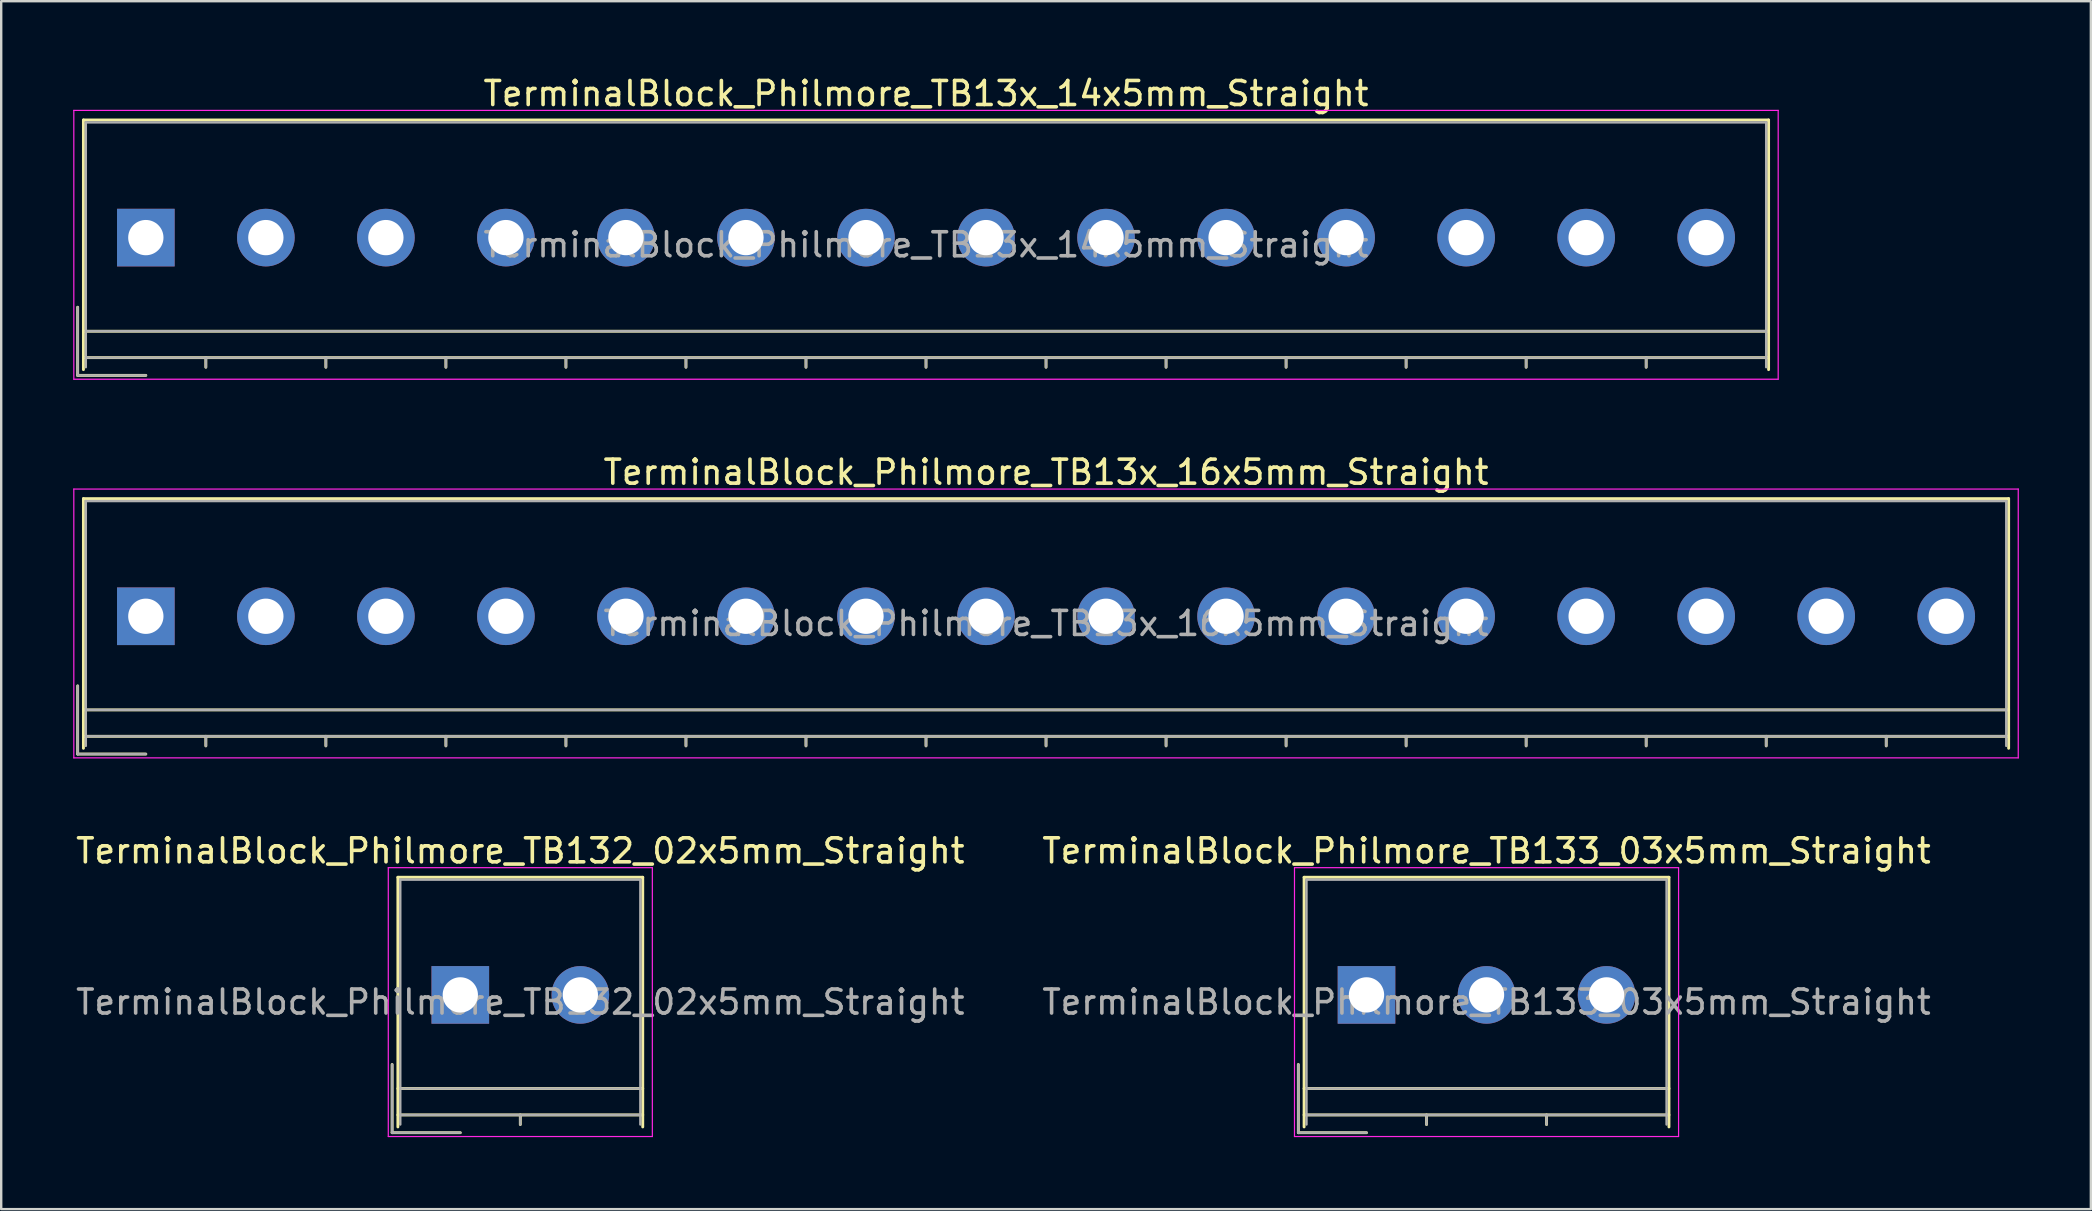
<source format=kicad_pcb>
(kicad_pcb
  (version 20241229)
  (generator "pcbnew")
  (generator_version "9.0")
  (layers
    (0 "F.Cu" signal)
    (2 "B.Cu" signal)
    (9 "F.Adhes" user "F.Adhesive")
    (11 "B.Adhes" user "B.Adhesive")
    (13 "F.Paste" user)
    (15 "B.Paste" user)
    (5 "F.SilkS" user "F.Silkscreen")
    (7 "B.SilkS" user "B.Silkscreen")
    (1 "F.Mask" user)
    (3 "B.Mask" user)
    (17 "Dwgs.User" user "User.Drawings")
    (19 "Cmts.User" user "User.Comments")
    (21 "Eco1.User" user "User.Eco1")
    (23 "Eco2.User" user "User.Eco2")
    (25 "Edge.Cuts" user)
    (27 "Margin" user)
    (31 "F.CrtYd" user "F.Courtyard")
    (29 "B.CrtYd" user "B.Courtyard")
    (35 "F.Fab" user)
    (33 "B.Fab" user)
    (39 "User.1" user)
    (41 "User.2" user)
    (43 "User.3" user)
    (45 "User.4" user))
  (footprint "TerminalBlock_Philmore_TB132_02x5mm_Straight"
    (layer "F.Cu")
    (at 16.125 38.395)
    (property "Reference" "TerminalBlock_Philmore_TB132_02x5mm_Straight" (at 2.5 -6 0) (layer "F.SilkS") (effects (font (size 1 1) (thickness 0.15))))
    (attr through_hole)
    (fp_line (start -2.84 2.9) (end -2.84 5.74) (stroke (width 0.12) (type solid)) (layer "F.SilkS"))
    (fp_line (start -2.84 5.74) (end 0 5.74) (stroke (width 0.12) (type solid)) (layer "F.SilkS"))
    (fp_line (start -2.6 -4.9) (end 7.6 -4.9) (stroke (width 0.12) (type solid)) (layer "F.SilkS"))
    (fp_line (start -2.6 3.9) (end 7.6 3.9) (stroke (width 0.12) (type solid)) (layer "F.SilkS"))
    (fp_line (start -2.6 5) (end 7.6 5) (stroke (width 0.12) (type solid)) (layer "F.SilkS"))
    (fp_line (start -2.6 5.5) (end -2.6 -4.9) (stroke (width 0.12) (type solid)) (layer "F.SilkS"))
    (fp_line (start 2.5 5) (end 2.5 5.4) (stroke (width 0.12) (type solid)) (layer "F.SilkS"))
    (fp_line (start 7.6 -4.9) (end 7.6 5.5) (stroke (width 0.12) (type solid)) (layer "F.SilkS"))
    (fp_line (start -3 -5.3) (end -3 5.9) (stroke (width 0.05) (type solid)) (layer "F.CrtYd"))
    (fp_line (start -3 5.9) (end 8 5.9) (stroke (width 0.05) (type solid)) (layer "F.CrtYd"))
    (fp_line (start 8 -5.3) (end -3 -5.3) (stroke (width 0.05) (type solid)) (layer "F.CrtYd"))
    (fp_line (start 8 5.9) (end 8 -5.3) (stroke (width 0.05) (type solid)) (layer "F.CrtYd"))
    (fp_line (start -2.84 2.9) (end -2.84 5.74) (stroke (width 0.1) (type solid)) (layer "F.Fab"))
    (fp_line (start -2.84 5.74) (end 0 5.74) (stroke (width 0.1) (type solid)) (layer "F.Fab"))
    (fp_line (start -2.5 -4.8) (end 7.5 -4.8) (stroke (width 0.1) (type solid)) (layer "F.Fab"))
    (fp_line (start -2.5 3.9) (end 7.5 3.9) (stroke (width 0.1) (type solid)) (layer "F.Fab"))
    (fp_line (start -2.5 5) (end 7.5 5) (stroke (width 0.1) (type solid)) (layer "F.Fab"))
    (fp_line (start -2.5 5.4) (end -2.5 -4.8) (stroke (width 0.1) (type solid)) (layer "F.Fab"))
    (fp_line (start 2.5 5) (end 2.5 5.4) (stroke (width 0.1) (type solid)) (layer "F.Fab"))
    (fp_line (start 7.5 -4.8) (end 7.5 5.4) (stroke (width 0.1) (type solid)) (layer "F.Fab"))
    (fp_text user "${REFERENCE}" (at 2.5 0.3 0) (layer "F.Fab") (effects (font (size 1 1) (thickness 0.15))))
    (pad "1" thru_hole rect (at 0 0) (size 2.4 2.4) (drill 1.47) (layers "*.Cu" "*.Mask"))
    (pad "2" thru_hole circle (at 5 0) (size 2.4 2.4) (drill 1.47) (layers "*.Cu" "*.Mask")))
  (footprint "TerminalBlock_Philmore_TB133_03x5mm_Straight"
    (layer "F.Cu")
    (at 53.875 38.395)
    (property "Reference" "TerminalBlock_Philmore_TB133_03x5mm_Straight" (at 5 -6 0) (layer "F.SilkS") (effects (font (size 1 1) (thickness 0.15))))
    (attr through_hole)
    (fp_line (start -2.84 2.9) (end -2.84 5.74) (stroke (width 0.12) (type solid)) (layer "F.SilkS"))
    (fp_line (start -2.84 5.74) (end 0 5.74) (stroke (width 0.12) (type solid)) (layer "F.SilkS"))
    (fp_line (start -2.6 -4.9) (end 12.6 -4.9) (stroke (width 0.12) (type solid)) (layer "F.SilkS"))
    (fp_line (start -2.6 3.9) (end 12.6 3.9) (stroke (width 0.12) (type solid)) (layer "F.SilkS"))
    (fp_line (start -2.6 5) (end 12.6 5) (stroke (width 0.12) (type solid)) (layer "F.SilkS"))
    (fp_line (start -2.6 5.5) (end -2.6 -4.9) (stroke (width 0.12) (type solid)) (layer "F.SilkS"))
    (fp_line (start 2.5 5) (end 2.5 5.4) (stroke (width 0.12) (type solid)) (layer "F.SilkS"))
    (fp_line (start 7.5 5) (end 7.5 5.4) (stroke (width 0.12) (type solid)) (layer "F.SilkS"))
    (fp_line (start 12.6 -4.9) (end 12.6 5.5) (stroke (width 0.12) (type solid)) (layer "F.SilkS"))
    (fp_line (start -3 -5.3) (end -3 5.9) (stroke (width 0.05) (type solid)) (layer "F.CrtYd"))
    (fp_line (start -3 5.9) (end 13 5.9) (stroke (width 0.05) (type solid)) (layer "F.CrtYd"))
    (fp_line (start 13 -5.3) (end -3 -5.3) (stroke (width 0.05) (type solid)) (layer "F.CrtYd"))
    (fp_line (start 13 5.9) (end 13 -5.3) (stroke (width 0.05) (type solid)) (layer "F.CrtYd"))
    (fp_line (start -2.84 2.9) (end -2.84 5.74) (stroke (width 0.1) (type solid)) (layer "F.Fab"))
    (fp_line (start -2.84 5.74) (end 0 5.74) (stroke (width 0.1) (type solid)) (layer "F.Fab"))
    (fp_line (start -2.5 -4.8) (end 12.5 -4.8) (stroke (width 0.1) (type solid)) (layer "F.Fab"))
    (fp_line (start -2.5 3.9) (end 12.5 3.9) (stroke (width 0.1) (type solid)) (layer "F.Fab"))
    (fp_line (start -2.5 5) (end 12.5 5) (stroke (width 0.1) (type solid)) (layer "F.Fab"))
    (fp_line (start -2.5 5.4) (end -2.5 -4.8) (stroke (width 0.1) (type solid)) (layer "F.Fab"))
    (fp_line (start 2.5 5) (end 2.5 5.4) (stroke (width 0.1) (type solid)) (layer "F.Fab"))
    (fp_line (start 7.5 5) (end 7.5 5.4) (stroke (width 0.1) (type solid)) (layer "F.Fab"))
    (fp_line (start 12.5 -4.8) (end 12.5 5.4) (stroke (width 0.1) (type solid)) (layer "F.Fab"))
    (fp_text user "${REFERENCE}" (at 5 0.3 0) (layer "F.Fab") (effects (font (size 1 1) (thickness 0.15))))
    (pad "1" thru_hole rect (at 0 0) (size 2.4 2.4) (drill 1.47) (layers "*.Cu" "*.Mask"))
    (pad "2" thru_hole circle (at 5 0) (size 2.4 2.4) (drill 1.47) (layers "*.Cu" "*.Mask"))
    (pad "3" thru_hole circle (at 10 0) (size 2.4 2.4) (drill 1.47) (layers "*.Cu" "*.Mask")))
  (footprint "TerminalBlock_Philmore_TB13x_16x5mm_Straight"
    (layer "F.Cu")
    (at 3.025 22.622)
    (property "Reference" "TerminalBlock_Philmore_TB13x_16x5mm_Straight" (at 37.5 -6 0) (layer "F.SilkS") (effects (font (size 1 1) (thickness 0.15))))
    (attr through_hole)
    (fp_line (start -2.84 2.9) (end -2.84 5.74) (stroke (width 0.12) (type solid)) (layer "F.SilkS"))
    (fp_line (start -2.84 5.74) (end 0 5.74) (stroke (width 0.12) (type solid)) (layer "F.SilkS"))
    (fp_line (start -2.6 -4.9) (end 77.6 -4.9) (stroke (width 0.12) (type solid)) (layer "F.SilkS"))
    (fp_line (start -2.6 3.9) (end 77.6 3.9) (stroke (width 0.12) (type solid)) (layer "F.SilkS"))
    (fp_line (start -2.6 5) (end 77.6 5) (stroke (width 0.12) (type solid)) (layer "F.SilkS"))
    (fp_line (start -2.6 5.5) (end -2.6 -4.9) (stroke (width 0.12) (type solid)) (layer "F.SilkS"))
    (fp_line (start 2.5 5) (end 2.5 5.4) (stroke (width 0.12) (type solid)) (layer "F.SilkS"))
    (fp_line (start 7.5 5) (end 7.5 5.4) (stroke (width 0.12) (type solid)) (layer "F.SilkS"))
    (fp_line (start 12.5 5) (end 12.5 5.4) (stroke (width 0.12) (type solid)) (layer "F.SilkS"))
    (fp_line (start 17.5 5) (end 17.5 5.4) (stroke (width 0.12) (type solid)) (layer "F.SilkS"))
    (fp_line (start 22.5 5) (end 22.5 5.4) (stroke (width 0.12) (type solid)) (layer "F.SilkS"))
    (fp_line (start 27.5 5) (end 27.5 5.4) (stroke (width 0.12) (type solid)) (layer "F.SilkS"))
    (fp_line (start 32.5 5) (end 32.5 5.4) (stroke (width 0.12) (type solid)) (layer "F.SilkS"))
    (fp_line (start 37.5 5) (end 37.5 5.4) (stroke (width 0.12) (type solid)) (layer "F.SilkS"))
    (fp_line (start 42.5 5) (end 42.5 5.4) (stroke (width 0.12) (type solid)) (layer "F.SilkS"))
    (fp_line (start 47.5 5) (end 47.5 5.4) (stroke (width 0.12) (type solid)) (layer "F.SilkS"))
    (fp_line (start 52.5 5) (end 52.5 5.4) (stroke (width 0.12) (type solid)) (layer "F.SilkS"))
    (fp_line (start 57.5 5) (end 57.5 5.4) (stroke (width 0.12) (type solid)) (layer "F.SilkS"))
    (fp_line (start 62.5 5) (end 62.5 5.4) (stroke (width 0.12) (type solid)) (layer "F.SilkS"))
    (fp_line (start 67.5 5) (end 67.5 5.4) (stroke (width 0.12) (type solid)) (layer "F.SilkS"))
    (fp_line (start 72.5 5) (end 72.5 5.4) (stroke (width 0.12) (type solid)) (layer "F.SilkS"))
    (fp_line (start 77.6 -4.9) (end 77.6 5.5) (stroke (width 0.12) (type solid)) (layer "F.SilkS"))
    (fp_line (start -3 -5.3) (end -3 5.9) (stroke (width 0.05) (type solid)) (layer "F.CrtYd"))
    (fp_line (start -3 5.9) (end 78 5.9) (stroke (width 0.05) (type solid)) (layer "F.CrtYd"))
    (fp_line (start 78 -5.3) (end -3 -5.3) (stroke (width 0.05) (type solid)) (layer "F.CrtYd"))
    (fp_line (start 78 5.9) (end 78 -5.3) (stroke (width 0.05) (type solid)) (layer "F.CrtYd"))
    (fp_line (start -2.84 2.9) (end -2.84 5.74) (stroke (width 0.1) (type solid)) (layer "F.Fab"))
    (fp_line (start -2.84 5.74) (end 0 5.74) (stroke (width 0.1) (type solid)) (layer "F.Fab"))
    (fp_line (start -2.5 -4.8) (end 77.5 -4.8) (stroke (width 0.1) (type solid)) (layer "F.Fab"))
    (fp_line (start -2.5 3.9) (end 77.5 3.9) (stroke (width 0.1) (type solid)) (layer "F.Fab"))
    (fp_line (start -2.5 5) (end 77.5 5) (stroke (width 0.1) (type solid)) (layer "F.Fab"))
    (fp_line (start -2.5 5.4) (end -2.5 -4.8) (stroke (width 0.1) (type solid)) (layer "F.Fab"))
    (fp_line (start 2.5 5) (end 2.5 5.4) (stroke (width 0.1) (type solid)) (layer "F.Fab"))
    (fp_line (start 7.5 5) (end 7.5 5.4) (stroke (width 0.1) (type solid)) (layer "F.Fab"))
    (fp_line (start 12.5 5) (end 12.5 5.4) (stroke (width 0.1) (type solid)) (layer "F.Fab"))
    (fp_line (start 17.5 5) (end 17.5 5.4) (stroke (width 0.1) (type solid)) (layer "F.Fab"))
    (fp_line (start 22.5 5) (end 22.5 5.4) (stroke (width 0.1) (type solid)) (layer "F.Fab"))
    (fp_line (start 27.5 5) (end 27.5 5.4) (stroke (width 0.1) (type solid)) (layer "F.Fab"))
    (fp_line (start 32.5 5) (end 32.5 5.4) (stroke (width 0.1) (type solid)) (layer "F.Fab"))
    (fp_line (start 37.5 5) (end 37.5 5.4) (stroke (width 0.1) (type solid)) (layer "F.Fab"))
    (fp_line (start 42.5 5) (end 42.5 5.4) (stroke (width 0.1) (type solid)) (layer "F.Fab"))
    (fp_line (start 47.5 5) (end 47.5 5.4) (stroke (width 0.1) (type solid)) (layer "F.Fab"))
    (fp_line (start 52.5 5) (end 52.5 5.4) (stroke (width 0.1) (type solid)) (layer "F.Fab"))
    (fp_line (start 57.5 5) (end 57.5 5.4) (stroke (width 0.1) (type solid)) (layer "F.Fab"))
    (fp_line (start 62.5 5) (end 62.5 5.4) (stroke (width 0.1) (type solid)) (layer "F.Fab"))
    (fp_line (start 67.5 5) (end 67.5 5.4) (stroke (width 0.1) (type solid)) (layer "F.Fab"))
    (fp_line (start 72.5 5) (end 72.5 5.4) (stroke (width 0.1) (type solid)) (layer "F.Fab"))
    (fp_line (start 77.5 -4.8) (end 77.5 5.4) (stroke (width 0.1) (type solid)) (layer "F.Fab"))
    (fp_text user "${REFERENCE}" (at 37.5 0.3 0) (layer "F.Fab") (effects (font (size 1 1) (thickness 0.15))))
    (pad "1" thru_hole rect (at 0 0) (size 2.4 2.4) (drill 1.47) (layers "*.Cu" "*.Mask"))
    (pad "2" thru_hole circle (at 5 0) (size 2.4 2.4) (drill 1.47) (layers "*.Cu" "*.Mask"))
    (pad "3" thru_hole circle (at 10 0) (size 2.4 2.4) (drill 1.47) (layers "*.Cu" "*.Mask"))
    (pad "4" thru_hole circle (at 15 0) (size 2.4 2.4) (drill 1.47) (layers "*.Cu" "*.Mask"))
    (pad "5" thru_hole circle (at 20 0) (size 2.4 2.4) (drill 1.47) (layers "*.Cu" "*.Mask"))
    (pad "6" thru_hole circle (at 25 0) (size 2.4 2.4) (drill 1.47) (layers "*.Cu" "*.Mask"))
    (pad "7" thru_hole circle (at 30 0) (size 2.4 2.4) (drill 1.47) (layers "*.Cu" "*.Mask"))
    (pad "8" thru_hole circle (at 35 0) (size 2.4 2.4) (drill 1.47) (layers "*.Cu" "*.Mask"))
    (pad "9" thru_hole circle (at 40 0) (size 2.4 2.4) (drill 1.47) (layers "*.Cu" "*.Mask"))
    (pad "10" thru_hole circle (at 45 0) (size 2.4 2.4) (drill 1.47) (layers "*.Cu" "*.Mask"))
    (pad "11" thru_hole circle (at 50 0) (size 2.4 2.4) (drill 1.47) (layers "*.Cu" "*.Mask"))
    (pad "12" thru_hole circle (at 55 0) (size 2.4 2.4) (drill 1.47) (layers "*.Cu" "*.Mask"))
    (pad "13" thru_hole circle (at 60 0) (size 2.4 2.4) (drill 1.47) (layers "*.Cu" "*.Mask"))
    (pad "14" thru_hole circle (at 65 0) (size 2.4 2.4) (drill 1.47) (layers "*.Cu" "*.Mask"))
    (pad "15" thru_hole circle (at 70 0) (size 2.4 2.4) (drill 1.47) (layers "*.Cu" "*.Mask"))
    (pad "16" thru_hole circle (at 75 0) (size 2.4 2.4) (drill 1.47) (layers "*.Cu" "*.Mask")))
  (footprint "TerminalBlock_Philmore_TB13x_14x5mm_Straight"
    (layer "F.Cu")
    (at 3.025 6.848)
    (property "Reference" "TerminalBlock_Philmore_TB13x_14x5mm_Straight" (at 32.5 -6 0) (layer "F.SilkS") (effects (font (size 1 1) (thickness 0.15))))
    (attr through_hole)
    (fp_line (start -2.84 2.9) (end -2.84 5.74) (stroke (width 0.12) (type solid)) (layer "F.SilkS"))
    (fp_line (start -2.84 5.74) (end 0 5.74) (stroke (width 0.12) (type solid)) (layer "F.SilkS"))
    (fp_line (start -2.6 -4.9) (end 67.6 -4.9) (stroke (width 0.12) (type solid)) (layer "F.SilkS"))
    (fp_line (start -2.6 3.9) (end 67.6 3.9) (stroke (width 0.12) (type solid)) (layer "F.SilkS"))
    (fp_line (start -2.6 5) (end 67.6 5) (stroke (width 0.12) (type solid)) (layer "F.SilkS"))
    (fp_line (start -2.6 5.5) (end -2.6 -4.9) (stroke (width 0.12) (type solid)) (layer "F.SilkS"))
    (fp_line (start 2.5 5) (end 2.5 5.4) (stroke (width 0.12) (type solid)) (layer "F.SilkS"))
    (fp_line (start 7.5 5) (end 7.5 5.4) (stroke (width 0.12) (type solid)) (layer "F.SilkS"))
    (fp_line (start 12.5 5) (end 12.5 5.4) (stroke (width 0.12) (type solid)) (layer "F.SilkS"))
    (fp_line (start 17.5 5) (end 17.5 5.4) (stroke (width 0.12) (type solid)) (layer "F.SilkS"))
    (fp_line (start 22.5 5) (end 22.5 5.4) (stroke (width 0.12) (type solid)) (layer "F.SilkS"))
    (fp_line (start 27.5 5) (end 27.5 5.4) (stroke (width 0.12) (type solid)) (layer "F.SilkS"))
    (fp_line (start 32.5 5) (end 32.5 5.4) (stroke (width 0.12) (type solid)) (layer "F.SilkS"))
    (fp_line (start 37.5 5) (end 37.5 5.4) (stroke (width 0.12) (type solid)) (layer "F.SilkS"))
    (fp_line (start 42.5 5) (end 42.5 5.4) (stroke (width 0.12) (type solid)) (layer "F.SilkS"))
    (fp_line (start 47.5 5) (end 47.5 5.4) (stroke (width 0.12) (type solid)) (layer "F.SilkS"))
    (fp_line (start 52.5 5) (end 52.5 5.4) (stroke (width 0.12) (type solid)) (layer "F.SilkS"))
    (fp_line (start 57.5 5) (end 57.5 5.4) (stroke (width 0.12) (type solid)) (layer "F.SilkS"))
    (fp_line (start 62.5 5) (end 62.5 5.4) (stroke (width 0.12) (type solid)) (layer "F.SilkS"))
    (fp_line (start 67.6 -4.9) (end 67.6 5.5) (stroke (width 0.12) (type solid)) (layer "F.SilkS"))
    (fp_line (start -3 -5.3) (end -3 5.9) (stroke (width 0.05) (type solid)) (layer "F.CrtYd"))
    (fp_line (start -3 5.9) (end 68 5.9) (stroke (width 0.05) (type solid)) (layer "F.CrtYd"))
    (fp_line (start 68 -5.3) (end -3 -5.3) (stroke (width 0.05) (type solid)) (layer "F.CrtYd"))
    (fp_line (start 68 5.9) (end 68 -5.3) (stroke (width 0.05) (type solid)) (layer "F.CrtYd"))
    (fp_line (start -2.84 2.9) (end -2.84 5.74) (stroke (width 0.1) (type solid)) (layer "F.Fab"))
    (fp_line (start -2.84 5.74) (end 0 5.74) (stroke (width 0.1) (type solid)) (layer "F.Fab"))
    (fp_line (start -2.5 -4.8) (end 67.5 -4.8) (stroke (width 0.1) (type solid)) (layer "F.Fab"))
    (fp_line (start -2.5 3.9) (end 67.5 3.9) (stroke (width 0.1) (type solid)) (layer "F.Fab"))
    (fp_line (start -2.5 5) (end 67.5 5) (stroke (width 0.1) (type solid)) (layer "F.Fab"))
    (fp_line (start -2.5 5.4) (end -2.5 -4.8) (stroke (width 0.1) (type solid)) (layer "F.Fab"))
    (fp_line (start 2.5 5) (end 2.5 5.4) (stroke (width 0.1) (type solid)) (layer "F.Fab"))
    (fp_line (start 7.5 5) (end 7.5 5.4) (stroke (width 0.1) (type solid)) (layer "F.Fab"))
    (fp_line (start 12.5 5) (end 12.5 5.4) (stroke (width 0.1) (type solid)) (layer "F.Fab"))
    (fp_line (start 17.5 5) (end 17.5 5.4) (stroke (width 0.1) (type solid)) (layer "F.Fab"))
    (fp_line (start 22.5 5) (end 22.5 5.4) (stroke (width 0.1) (type solid)) (layer "F.Fab"))
    (fp_line (start 27.5 5) (end 27.5 5.4) (stroke (width 0.1) (type solid)) (layer "F.Fab"))
    (fp_line (start 32.5 5) (end 32.5 5.4) (stroke (width 0.1) (type solid)) (layer "F.Fab"))
    (fp_line (start 37.5 5) (end 37.5 5.4) (stroke (width 0.1) (type solid)) (layer "F.Fab"))
    (fp_line (start 42.5 5) (end 42.5 5.4) (stroke (width 0.1) (type solid)) (layer "F.Fab"))
    (fp_line (start 47.5 5) (end 47.5 5.4) (stroke (width 0.1) (type solid)) (layer "F.Fab"))
    (fp_line (start 52.5 5) (end 52.5 5.4) (stroke (width 0.1) (type solid)) (layer "F.Fab"))
    (fp_line (start 57.5 5) (end 57.5 5.4) (stroke (width 0.1) (type solid)) (layer "F.Fab"))
    (fp_line (start 62.5 5) (end 62.5 5.4) (stroke (width 0.1) (type solid)) (layer "F.Fab"))
    (fp_line (start 67.5 -4.8) (end 67.5 5.4) (stroke (width 0.1) (type solid)) (layer "F.Fab"))
    (fp_text user "${REFERENCE}" (at 32.5 0.3 0) (layer "F.Fab") (effects (font (size 1 1) (thickness 0.15))))
    (pad "1" thru_hole rect (at 0 0) (size 2.4 2.4) (drill 1.47) (layers "*.Cu" "*.Mask"))
    (pad "2" thru_hole circle (at 5 0) (size 2.4 2.4) (drill 1.47) (layers "*.Cu" "*.Mask"))
    (pad "3" thru_hole circle (at 10 0) (size 2.4 2.4) (drill 1.47) (layers "*.Cu" "*.Mask"))
    (pad "4" thru_hole circle (at 15 0) (size 2.4 2.4) (drill 1.47) (layers "*.Cu" "*.Mask"))
    (pad "5" thru_hole circle (at 20 0) (size 2.4 2.4) (drill 1.47) (layers "*.Cu" "*.Mask"))
    (pad "6" thru_hole circle (at 25 0) (size 2.4 2.4) (drill 1.47) (layers "*.Cu" "*.Mask"))
    (pad "7" thru_hole circle (at 30 0) (size 2.4 2.4) (drill 1.47) (layers "*.Cu" "*.Mask"))
    (pad "8" thru_hole circle (at 35 0) (size 2.4 2.4) (drill 1.47) (layers "*.Cu" "*.Mask"))
    (pad "9" thru_hole circle (at 40 0) (size 2.4 2.4) (drill 1.47) (layers "*.Cu" "*.Mask"))
    (pad "10" thru_hole circle (at 45 0) (size 2.4 2.4) (drill 1.47) (layers "*.Cu" "*.Mask"))
    (pad "11" thru_hole circle (at 50 0) (size 2.4 2.4) (drill 1.47) (layers "*.Cu" "*.Mask"))
    (pad "12" thru_hole circle (at 55 0) (size 2.4 2.4) (drill 1.47) (layers "*.Cu" "*.Mask"))
    (pad "13" thru_hole circle (at 60 0) (size 2.4 2.4) (drill 1.47) (layers "*.Cu" "*.Mask"))
    (pad "14" thru_hole circle (at 65 0) (size 2.4 2.4) (drill 1.47) (layers "*.Cu" "*.Mask")))
  (gr_rect
    (start -3 -3)
    (end 84.05 47.32)
    (stroke (width 0.1) (type default))
    (fill no)
    (layer "Edge.Cuts")))
</source>
